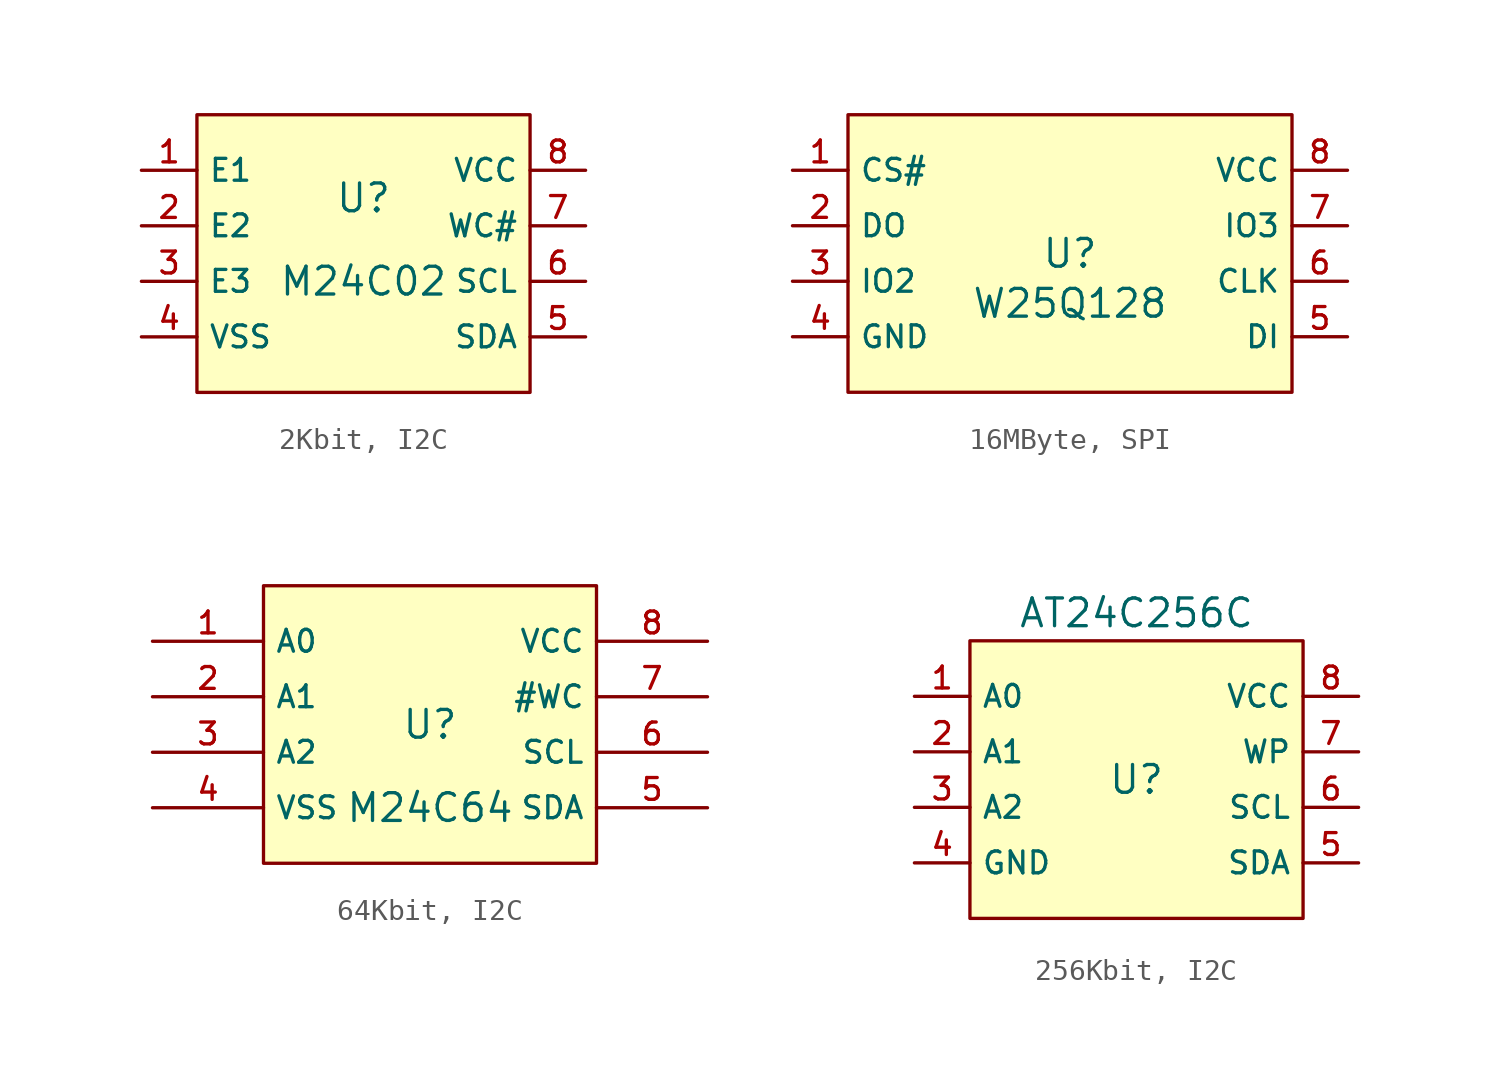
<source format=kicad_sym>
(kicad_symbol_lib
  (version 20231120)
  (generator "kicad_symbol_editor")
  (generator_version "8.0")
  (symbol "2Kbit, I2C"
    (property "Reference" "U"
      (at 0 1.27 0)
      (effects (font (size 1.27 1.27))))
    (property "Value" "M24C02"
      (at 0 -2.54 0)
      (effects (font (size 1.27 1.27))))
    (symbol "2Kbit, I2C_0_1"
      (rectangle (start -7.62 5.08) (end 7.62 -7.62) (stroke (width 0) (type default)) (fill (type background)))
      (pin unspecified line (at -10.16 2.54 0) (length 2.54) (name "E1" (effects (font (size 1 1)))) (number "1" (effects (font (size 1 1)))))
      (pin unspecified line (at -10.16 0 0) (length 2.54) (name "E2" (effects (font (size 1 1)))) (number "2" (effects (font (size 1 1)))))
      (pin unspecified line (at -10.16 -2.54 0) (length 2.54) (name "E3" (effects (font (size 1 1)))) (number "3" (effects (font (size 1 1)))))
      (pin unspecified line (at -10.16 -5.08 0) (length 2.54) (name "VSS" (effects (font (size 1 1)))) (number "4" (effects (font (size 1 1)))))
      (pin unspecified line (at 10.16 -5.08 180) (length 2.54) (name "SDA" (effects (font (size 1 1)))) (number "5" (effects (font (size 1 1)))))
      (pin unspecified line (at 10.16 -2.54 180) (length 2.54) (name "SCL" (effects (font (size 1 1)))) (number "6" (effects (font (size 1 1)))))
      (pin unspecified line (at 10.16 0 180) (length 2.54) (name "WC#" (effects (font (size 1 1)))) (number "7" (effects (font (size 1 1)))))
      (pin unspecified line (at 10.16 2.54 180) (length 2.54) (name "VCC" (effects (font (size 1 1)))) (number "8" (effects (font (size 1 1)))))))
  (symbol "16MByte, SPI"
    (property "Reference" "U"
      (at 0 1.27 0)
      (effects (font (size 1.27 1.27))))
    (property "Value" "W25Q128"
      (at 0 -1.016 0)
      (effects (font (size 1.27 1.27))))
    (symbol "16MByte, SPI_0_1"
      (rectangle (start -10.16 7.62) (end 10.16 -5.08) (stroke (width 0) (type default)) (fill (type background)))
      (pin unspecified line (at -12.7 5.08 0) (length 2.54) (name "CS#" (effects (font (size 1 1)))) (number "1" (effects (font (size 1 1)))))
      (pin unspecified line (at -12.7 2.54 0) (length 2.54) (name "DO" (effects (font (size 1 1)))) (number "2" (effects (font (size 1 1)))))
      (pin unspecified line (at -12.7 0 0) (length 2.54) (name "IO2" (effects (font (size 1 1)))) (number "3" (effects (font (size 1 1)))))
      (pin unspecified line (at -12.7 -2.54 0) (length 2.54) (name "GND" (effects (font (size 1 1)))) (number "4" (effects (font (size 1 1)))))
      (pin unspecified line (at 12.7 -2.54 180) (length 2.54) (name "DI" (effects (font (size 1 1)))) (number "5" (effects (font (size 1 1)))))
      (pin unspecified line (at 12.7 0 180) (length 2.54) (name "CLK" (effects (font (size 1 1)))) (number "6" (effects (font (size 1 1)))))
      (pin unspecified line (at 12.7 2.54 180) (length 2.54) (name "IO3" (effects (font (size 1 1)))) (number "7" (effects (font (size 1 1)))))
      (pin unspecified line (at 12.7 5.08 180) (length 2.54) (name "VCC" (effects (font (size 1 1)))) (number "8" (effects (font (size 1 1)))))))
  (symbol "64Kbit, I2C"
    (property "Reference" "U"
      (at 0 1.27 0)
      (effects (font (size 1.27 1.27))))
    (property "Value" "M24C64"
      (at 0 -2.54 0)
      (effects (font (size 1.27 1.27))))
    (symbol "64Kbit, I2C_0_1"
      (rectangle (start -7.62 7.62) (end 7.62 -5.08) (stroke (width 0) (type default)) (fill (type background)))
      (pin unspecified line (at -12.7 5.08 0) (length 5.08) (name "A0" (effects (font (size 1 1)))) (number "1" (effects (font (size 1 1)))))
      (pin unspecified line (at -12.7 2.54 0) (length 5.08) (name "A1" (effects (font (size 1 1)))) (number "2" (effects (font (size 1 1)))))
      (pin unspecified line (at -12.7 0 0) (length 5.08) (name "A2" (effects (font (size 1 1)))) (number "3" (effects (font (size 1 1)))))
      (pin power_in line (at -12.7 -2.54 0) (length 5.08) (name "VSS" (effects (font (size 1 1)))) (number "4" (effects (font (size 1 1)))))
      (pin bidirectional line (at 12.7 -2.54 180) (length 5.08) (name "SDA" (effects (font (size 1 1)))) (number "5" (effects (font (size 1 1)))))
      (pin unspecified line (at 12.7 0 180) (length 5.08) (name "SCL" (effects (font (size 1 1)))) (number "6" (effects (font (size 1 1)))))
      (pin unspecified line (at 12.7 2.54 180) (length 5.08) (name "#WC" (effects (font (size 1 1)))) (number "7" (effects (font (size 1 1)))))
      (pin power_in line (at 12.7 5.08 180) (length 5.08) (name "VCC" (effects (font (size 1 1)))) (number "8" (effects (font (size 1 1)))))))
  (symbol "256Kbit, I2C"
    (property "Reference" "U"
      (at 0 1.27 0)
      (effects (font (size 1.27 1.27))))
    (property "Value" "AT24C256C"
      (at 0 8.89 0)
      (effects (font (size 1.27 1.27))))
    (symbol "256Kbit, I2C_0_1"
      (rectangle (start -7.62 7.62) (end 7.62 -5.08) (stroke (width 0) (type default)) (fill (type background)))
      (pin unspecified line (at -10.16 5.08 0) (length 2.54) (name "A0" (effects (font (size 1 1)))) (number "1" (effects (font (size 1 1)))))
      (pin unspecified line (at -10.16 2.54 0) (length 2.54) (name "A1" (effects (font (size 1 1)))) (number "2" (effects (font (size 1 1)))))
      (pin unspecified line (at -10.16 0 0) (length 2.54) (name "A2" (effects (font (size 1 1)))) (number "3" (effects (font (size 1 1)))))
      (pin unspecified line (at -10.16 -2.54 0) (length 2.54) (name "GND" (effects (font (size 1 1)))) (number "4" (effects (font (size 1 1)))))
      (pin unspecified line (at 10.16 -2.54 180) (length 2.54) (name "SDA" (effects (font (size 1 1)))) (number "5" (effects (font (size 1 1)))))
      (pin unspecified line (at 10.16 0 180) (length 2.54) (name "SCL" (effects (font (size 1 1)))) (number "6" (effects (font (size 1 1)))))
      (pin unspecified line (at 10.16 2.54 180) (length 2.54) (name "WP" (effects (font (size 1 1)))) (number "7" (effects (font (size 1 1)))))
      (pin unspecified line (at 10.16 5.08 180) (length 2.54) (name "VCC" (effects (font (size 1 1)))) (number "8" (effects (font (size 1 1))))))))
</source>
